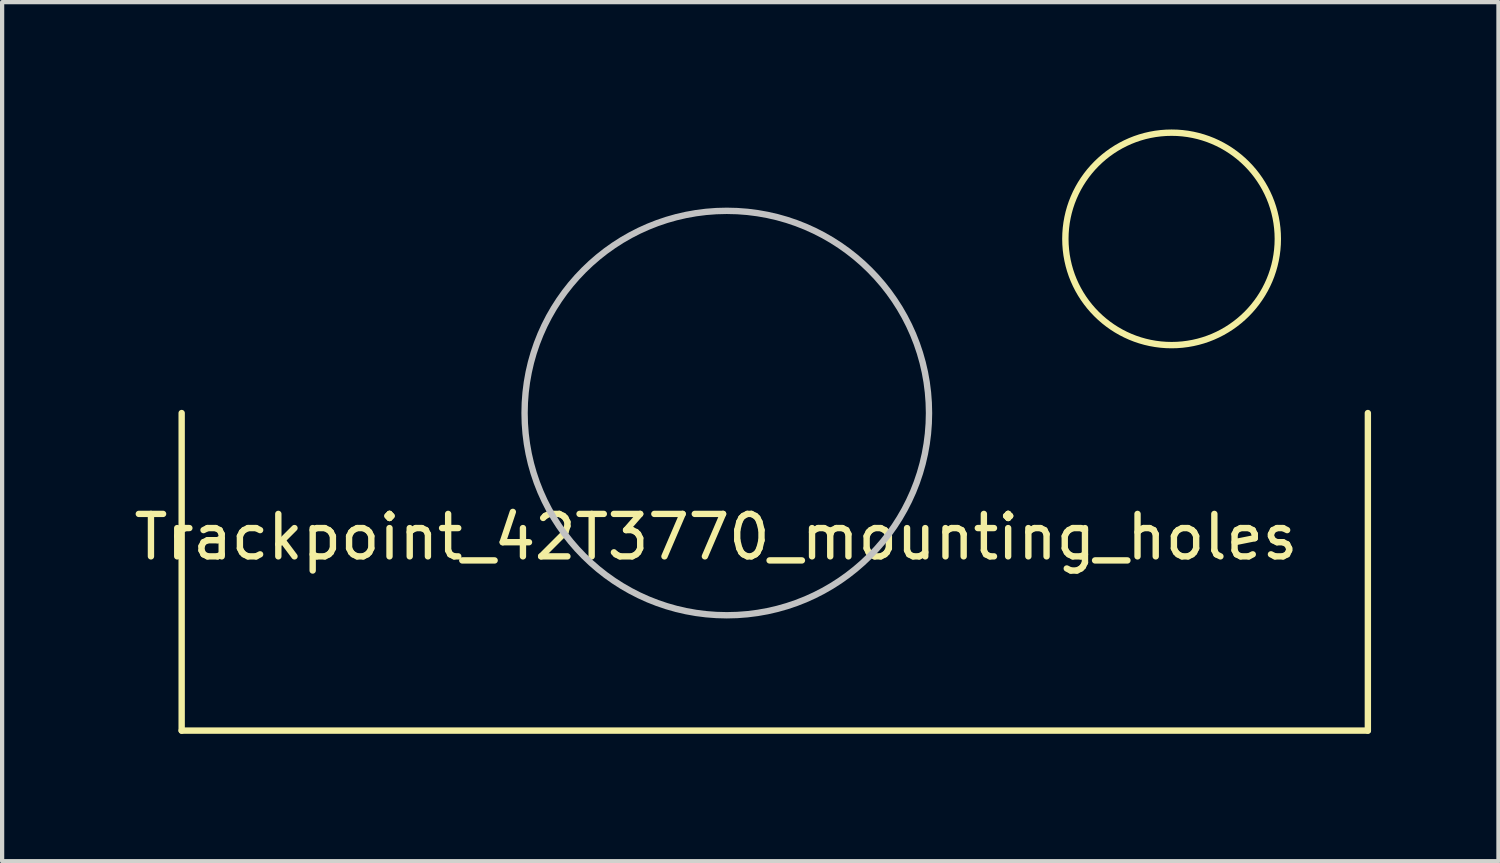
<source format=kicad_pcb>
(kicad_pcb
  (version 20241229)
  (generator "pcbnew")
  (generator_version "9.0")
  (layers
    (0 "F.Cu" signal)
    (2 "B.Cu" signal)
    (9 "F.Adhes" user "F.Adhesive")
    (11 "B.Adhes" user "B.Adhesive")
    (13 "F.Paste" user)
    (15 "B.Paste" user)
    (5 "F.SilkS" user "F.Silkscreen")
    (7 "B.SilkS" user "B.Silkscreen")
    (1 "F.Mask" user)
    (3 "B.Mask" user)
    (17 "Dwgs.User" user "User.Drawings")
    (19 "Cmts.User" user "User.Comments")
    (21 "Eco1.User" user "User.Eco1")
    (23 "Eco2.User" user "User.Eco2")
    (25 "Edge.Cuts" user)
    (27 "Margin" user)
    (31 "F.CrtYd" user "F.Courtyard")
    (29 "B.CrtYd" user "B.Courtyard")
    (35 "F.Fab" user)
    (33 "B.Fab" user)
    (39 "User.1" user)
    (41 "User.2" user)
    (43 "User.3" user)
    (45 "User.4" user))
  (footprint "Trackpoint_42T3770_mounting_holes"
    (layer "F.Cu")
    (at 14.069 6.679)
    (property "Reference" "Trackpoint_42T3770_mounting_holes" (at -0.254 2.921 0) (layer "F.SilkS") (effects (font (size 1 1) (thickness 0.15))))
    (attr through_hole)
    (fp_line (start -12.84 7.48) (end -12.84 0) (stroke (width 0.15) (type solid)) (layer "F.SilkS"))
    (fp_line (start 15.1 0) (end 15.1 7.48) (stroke (width 0.15) (type solid)) (layer "F.SilkS"))
    (fp_line (start 15.1 7.48) (end -12.84 7.48) (stroke (width 0.15) (type solid)) (layer "F.SilkS"))
    (fp_circle (center 10.477 -4.102) (end 12.979 -4.102) (stroke (width 0.15) (type solid)) (fill no) (layer "F.SilkS"))
    (fp_circle (center 0 0) (end 4.763 0) (stroke (width 0.15) (type solid)) (fill no) (layer "Dwgs.User")))
  (gr_rect
    (start -3 -3)
    (end 32.245 17.234)
    (stroke (width 0.1) (type default))
    (fill no)
    (layer "Edge.Cuts")))
</source>
